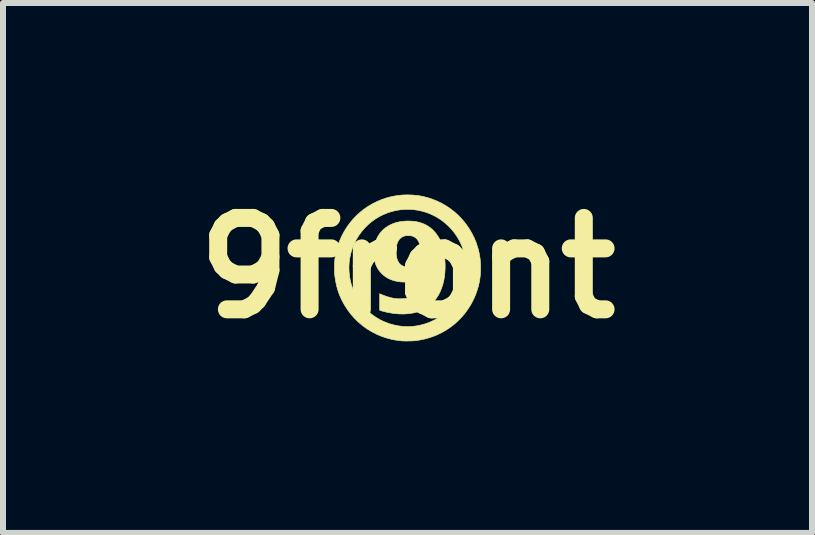
<source format=kicad_pcb>
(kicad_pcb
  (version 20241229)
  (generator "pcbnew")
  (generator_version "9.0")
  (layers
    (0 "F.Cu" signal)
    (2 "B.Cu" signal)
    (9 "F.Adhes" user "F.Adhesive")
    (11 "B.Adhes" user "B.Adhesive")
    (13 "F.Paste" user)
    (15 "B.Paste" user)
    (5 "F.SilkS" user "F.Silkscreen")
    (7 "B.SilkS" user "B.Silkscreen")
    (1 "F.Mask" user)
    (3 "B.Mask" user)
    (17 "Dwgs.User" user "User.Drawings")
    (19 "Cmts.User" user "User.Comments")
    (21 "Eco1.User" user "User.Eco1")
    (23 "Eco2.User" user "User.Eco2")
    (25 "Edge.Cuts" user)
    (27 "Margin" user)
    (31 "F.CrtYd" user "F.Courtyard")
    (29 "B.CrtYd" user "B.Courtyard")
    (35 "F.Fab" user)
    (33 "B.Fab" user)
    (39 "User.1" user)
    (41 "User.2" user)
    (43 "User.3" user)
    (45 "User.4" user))
  (footprint "9front"
    (layer "F.Cu")
    (at 3.745 1.418)
    (property "Reference" "9front" (at 0 0 0) (layer "F.SilkS") (effects (font (size 1.524 1.524) (thickness 0.3))))
    (attr through_hole)
    (fp_poly (pts (xy 0.084 -1.216) (xy 0.17 -1.208) (xy 0.254 -1.193) (xy 0.337 -1.172) (xy 0.419 -1.145) (xy 0.498 -1.113) (xy 0.575 -1.075) (xy 0.649 -1.032) (xy 0.721 -0.983) (xy 0.789 -0.929) (xy 0.854 -0.87) (xy 0.862 -0.862) (xy 0.922 -0.797) (xy 0.977 -0.729) (xy 1.027 -0.657) (xy 1.071 -0.583) (xy 1.11 -0.505) (xy 1.144 -0.424) (xy 1.171 -0.34) (xy 1.184 -0.294) (xy 1.195 -0.244) (xy 1.204 -0.195) (xy 1.211 -0.147) (xy 1.215 -0.096) (xy 1.218 -0.041) (xy 1.218 -0.031) (xy 1.218 0.054) (xy 1.212 0.136) (xy 1.201 0.216) (xy 1.184 0.295) (xy 1.161 0.373) (xy 1.134 0.448) (xy 1.099 0.528) (xy 1.059 0.605) (xy 1.013 0.678) (xy 0.963 0.748) (xy 0.908 0.814) (xy 0.848 0.876) (xy 0.784 0.934) (xy 0.716 0.987) (xy 0.645 1.035) (xy 0.569 1.078) (xy 0.491 1.116) (xy 0.45 1.133) (xy 0.371 1.161) (xy 0.288 1.184) (xy 0.202 1.202) (xy 0.13 1.213) (xy 0.116 1.214) (xy 0.098 1.215) (xy 0.075 1.216) (xy 0.049 1.217) (xy 0.022 1.217) (xy -0.005 1.218) (xy -0.032 1.218) (xy -0.056 1.217) (xy -0.077 1.217) (xy -0.094 1.216) (xy -0.098 1.216) (xy -0.185 1.205) (xy -0.271 1.189) (xy -0.355 1.166) (xy -0.437 1.138) (xy -0.517 1.104) (xy -0.593 1.065) (xy -0.667 1.021) (xy -0.737 0.971) (xy -0.759 0.954) (xy -0.827 0.896) (xy -0.889 0.834) (xy -0.947 0.768) (xy -1 0.697) (xy -1.048 0.623) (xy -1.092 0.544) (xy -1.095 0.538) (xy -1.129 0.463) (xy -1.158 0.385) (xy -1.181 0.304) (xy -1.199 0.22) (xy -1.212 0.134) (xy -1.215 0.11) (xy -1.217 0.084) (xy -1.218 0.054) (xy -1.218 0.021) (xy -1.218 -0.013) (xy -1.218 -0.019) (xy -0.977 -0.019) (xy -0.975 0.052) (xy -0.975 0.058) (xy -0.968 0.132) (xy -0.956 0.202) (xy -0.939 0.271) (xy -0.917 0.338) (xy -0.889 0.404) (xy -0.876 0.43) (xy -0.839 0.499) (xy -0.798 0.564) (xy -0.752 0.624) (xy -0.701 0.681) (xy -0.645 0.734) (xy -0.584 0.783) (xy -0.583 0.784) (xy -0.52 0.827) (xy -0.454 0.866) (xy -0.385 0.898) (xy -0.313 0.926) (xy -0.24 0.947) (xy -0.165 0.963) (xy -0.09 0.974) (xy -0.014 0.978) (xy 0.062 0.976) (xy 0.078 0.975) (xy 0.156 0.965) (xy 0.232 0.949) (xy 0.307 0.928) (xy 0.379 0.9) (xy 0.449 0.868) (xy 0.516 0.83) (xy 0.58 0.787) (xy 0.64 0.739) (xy 0.696 0.686) (xy 0.718 0.662) (xy 0.761 0.613) (xy 0.798 0.563) (xy 0.832 0.511) (xy 0.864 0.456) (xy 0.874 0.435) (xy 0.907 0.363) (xy 0.933 0.29) (xy 0.953 0.215) (xy 0.967 0.139) (xy 0.975 0.063) (xy 0.977 -0.014) (xy 0.973 -0.092) (xy 0.962 -0.169) (xy 0.945 -0.246) (xy 0.928 -0.306) (xy 0.902 -0.376) (xy 0.87 -0.445) (xy 0.833 -0.511) (xy 0.79 -0.574) (xy 0.743 -0.634) (xy 0.691 -0.69) (xy 0.635 -0.742) (xy 0.575 -0.79) (xy 0.54 -0.814) (xy 0.473 -0.855) (xy 0.404 -0.89) (xy 0.333 -0.919) (xy 0.261 -0.942) (xy 0.187 -0.96) (xy 0.113 -0.971) (xy 0.038 -0.977) (xy -0.037 -0.977) (xy -0.113 -0.971) (xy -0.187 -0.96) (xy -0.261 -0.942) (xy -0.333 -0.919) (xy -0.404 -0.89) (xy -0.474 -0.855) (xy -0.536 -0.817) (xy -0.599 -0.772) (xy -0.658 -0.722) (xy -0.713 -0.668) (xy -0.763 -0.609) (xy -0.809 -0.547) (xy -0.85 -0.481) (xy -0.886 -0.411) (xy -0.903 -0.374) (xy -0.928 -0.307) (xy -0.948 -0.237) (xy -0.963 -0.165) (xy -0.973 -0.092) (xy -0.977 -0.019) (xy -1.218 -0.019) (xy -1.218 -0.047) (xy -1.217 -0.08) (xy -1.215 -0.111) (xy -1.213 -0.136) (xy -1.212 -0.145) (xy -1.201 -0.212) (xy -1.189 -0.273) (xy -1.174 -0.333) (xy -1.155 -0.391) (xy -1.134 -0.448) (xy -1.099 -0.528) (xy -1.059 -0.604) (xy -1.014 -0.677) (xy -0.964 -0.747) (xy -0.91 -0.812) (xy -0.851 -0.874) (xy -0.788 -0.931) (xy -0.722 -0.983) (xy -0.652 -1.031) (xy -0.578 -1.074) (xy -0.502 -1.111) (xy -0.423 -1.144) (xy -0.342 -1.171) (xy -0.258 -1.192) (xy -0.177 -1.206) (xy -0.09 -1.216) (xy -0.003 -1.219) (xy 0.084 -1.216)) (stroke (width 0.01) (type solid)) (fill yes) (layer "F.SilkS"))
    (fp_poly (pts (xy 0.059 -0.781) (xy 0.118 -0.776) (xy 0.174 -0.766) (xy 0.227 -0.751) (xy 0.277 -0.732) (xy 0.319 -0.711) (xy 0.367 -0.68) (xy 0.412 -0.644) (xy 0.452 -0.602) (xy 0.489 -0.556) (xy 0.522 -0.505) (xy 0.524 -0.502) (xy 0.541 -0.468) (xy 0.558 -0.43) (xy 0.573 -0.391) (xy 0.586 -0.351) (xy 0.593 -0.325) (xy 0.607 -0.264) (xy 0.617 -0.199) (xy 0.623 -0.131) (xy 0.627 -0.062) (xy 0.627 0.007) (xy 0.623 0.075) (xy 0.617 0.14) (xy 0.606 0.202) (xy 0.606 0.203) (xy 0.589 0.273) (xy 0.568 0.337) (xy 0.543 0.398) (xy 0.514 0.454) (xy 0.48 0.506) (xy 0.441 0.554) (xy 0.414 0.583) (xy 0.37 0.623) (xy 0.322 0.659) (xy 0.271 0.689) (xy 0.217 0.715) (xy 0.16 0.735) (xy 0.099 0.75) (xy 0.034 0.76) (xy -0.035 0.766) (xy -0.059 0.767) (xy -0.081 0.767) (xy -0.104 0.767) (xy -0.127 0.766) (xy -0.147 0.766) (xy -0.155 0.765) (xy -0.239 0.757) (xy -0.32 0.743) (xy -0.321 0.743) (xy -0.34 0.739) (xy -0.362 0.734) (xy -0.385 0.728) (xy -0.406 0.723) (xy -0.426 0.717) (xy -0.442 0.713) (xy -0.454 0.709) (xy -0.455 0.708) (xy -0.464 0.705) (xy -0.464 0.429) (xy -0.441 0.44) (xy -0.399 0.457) (xy -0.354 0.474) (xy -0.309 0.487) (xy -0.264 0.499) (xy -0.223 0.507) (xy -0.207 0.509) (xy -0.178 0.512) (xy -0.147 0.514) (xy -0.115 0.514) (xy -0.084 0.513) (xy -0.056 0.511) (xy -0.043 0.51) (xy 0.005 0.5) (xy 0.049 0.485) (xy 0.088 0.465) (xy 0.124 0.44) (xy 0.156 0.411) (xy 0.183 0.376) (xy 0.207 0.337) (xy 0.227 0.293) (xy 0.242 0.243) (xy 0.254 0.189) (xy 0.254 0.189) (xy 0.257 0.169) (xy 0.259 0.155) (xy 0.26 0.146) (xy 0.258 0.142) (xy 0.254 0.141) (xy 0.248 0.144) (xy 0.238 0.15) (xy 0.234 0.153) (xy 0.185 0.181) (xy 0.133 0.203) (xy 0.08 0.219) (xy 0.024 0.23) (xy -0.035 0.235) (xy -0.053 0.235) (xy -0.115 0.232) (xy -0.175 0.224) (xy -0.231 0.21) (xy -0.284 0.191) (xy -0.313 0.178) (xy -0.352 0.156) (xy -0.387 0.132) (xy -0.419 0.104) (xy -0.43 0.093) (xy -0.463 0.057) (xy -0.491 0.019) (xy -0.514 -0.023) (xy -0.533 -0.067) (xy -0.547 -0.117) (xy -0.553 -0.14) (xy -0.555 -0.151) (xy -0.557 -0.162) (xy -0.558 -0.173) (xy -0.559 -0.185) (xy -0.56 -0.201) (xy -0.56 -0.22) (xy -0.56 -0.244) (xy -0.56 -0.251) (xy -0.56 -0.277) (xy -0.56 -0.287) (xy -0.189 -0.287) (xy -0.189 -0.259) (xy -0.188 -0.233) (xy -0.187 -0.208) (xy -0.184 -0.188) (xy -0.183 -0.181) (xy -0.172 -0.142) (xy -0.158 -0.109) (xy -0.14 -0.081) (xy -0.118 -0.058) (xy -0.093 -0.04) (xy -0.063 -0.027) (xy -0.03 -0.019) (xy 0.007 -0.016) (xy 0.01 -0.016) (xy 0.026 -0.017) (xy 0.044 -0.018) (xy 0.059 -0.02) (xy 0.065 -0.021) (xy 0.097 -0.03) (xy 0.125 -0.045) (xy 0.15 -0.065) (xy 0.171 -0.09) (xy 0.188 -0.12) (xy 0.201 -0.155) (xy 0.208 -0.186) (xy 0.211 -0.2) (xy 0.212 -0.215) (xy 0.213 -0.234) (xy 0.214 -0.257) (xy 0.214 -0.276) (xy 0.214 -0.306) (xy 0.213 -0.33) (xy 0.211 -0.351) (xy 0.208 -0.369) (xy 0.204 -0.387) (xy 0.199 -0.406) (xy 0.197 -0.412) (xy 0.183 -0.445) (xy 0.166 -0.472) (xy 0.145 -0.495) (xy 0.12 -0.513) (xy 0.09 -0.528) (xy 0.086 -0.53) (xy 0.069 -0.534) (xy 0.048 -0.537) (xy 0.024 -0.539) (xy -0.000196 -0.539) (xy -0.023 -0.538) (xy -0.041 -0.535) (xy -0.072 -0.526) (xy -0.1 -0.511) (xy -0.125 -0.49) (xy -0.146 -0.465) (xy -0.163 -0.435) (xy -0.176 -0.4) (xy -0.182 -0.381) (xy -0.185 -0.363) (xy -0.187 -0.341) (xy -0.189 -0.315) (xy -0.189 -0.287) (xy -0.56 -0.287) (xy -0.56 -0.297) (xy -0.559 -0.314) (xy -0.559 -0.328) (xy -0.557 -0.34) (xy -0.556 -0.352) (xy -0.553 -0.365) (xy -0.553 -0.366) (xy -0.539 -0.422) (xy -0.52 -0.474) (xy -0.496 -0.523) (xy -0.467 -0.569) (xy -0.433 -0.611) (xy -0.395 -0.648) (xy -0.352 -0.681) (xy -0.305 -0.71) (xy -0.254 -0.734) (xy -0.2 -0.754) (xy -0.142 -0.768) (xy -0.125 -0.771) (xy -0.063 -0.779) (xy -0.001 -0.783) (xy 0.059 -0.781)) (stroke (width 0.01) (type solid)) (fill yes) (layer "F.SilkS")))
  (gr_rect
    (start -3 -3)
    (end 10.489 5.836)
    (stroke (width 0.1) (type default))
    (fill no)
    (layer "Edge.Cuts")))
</source>
